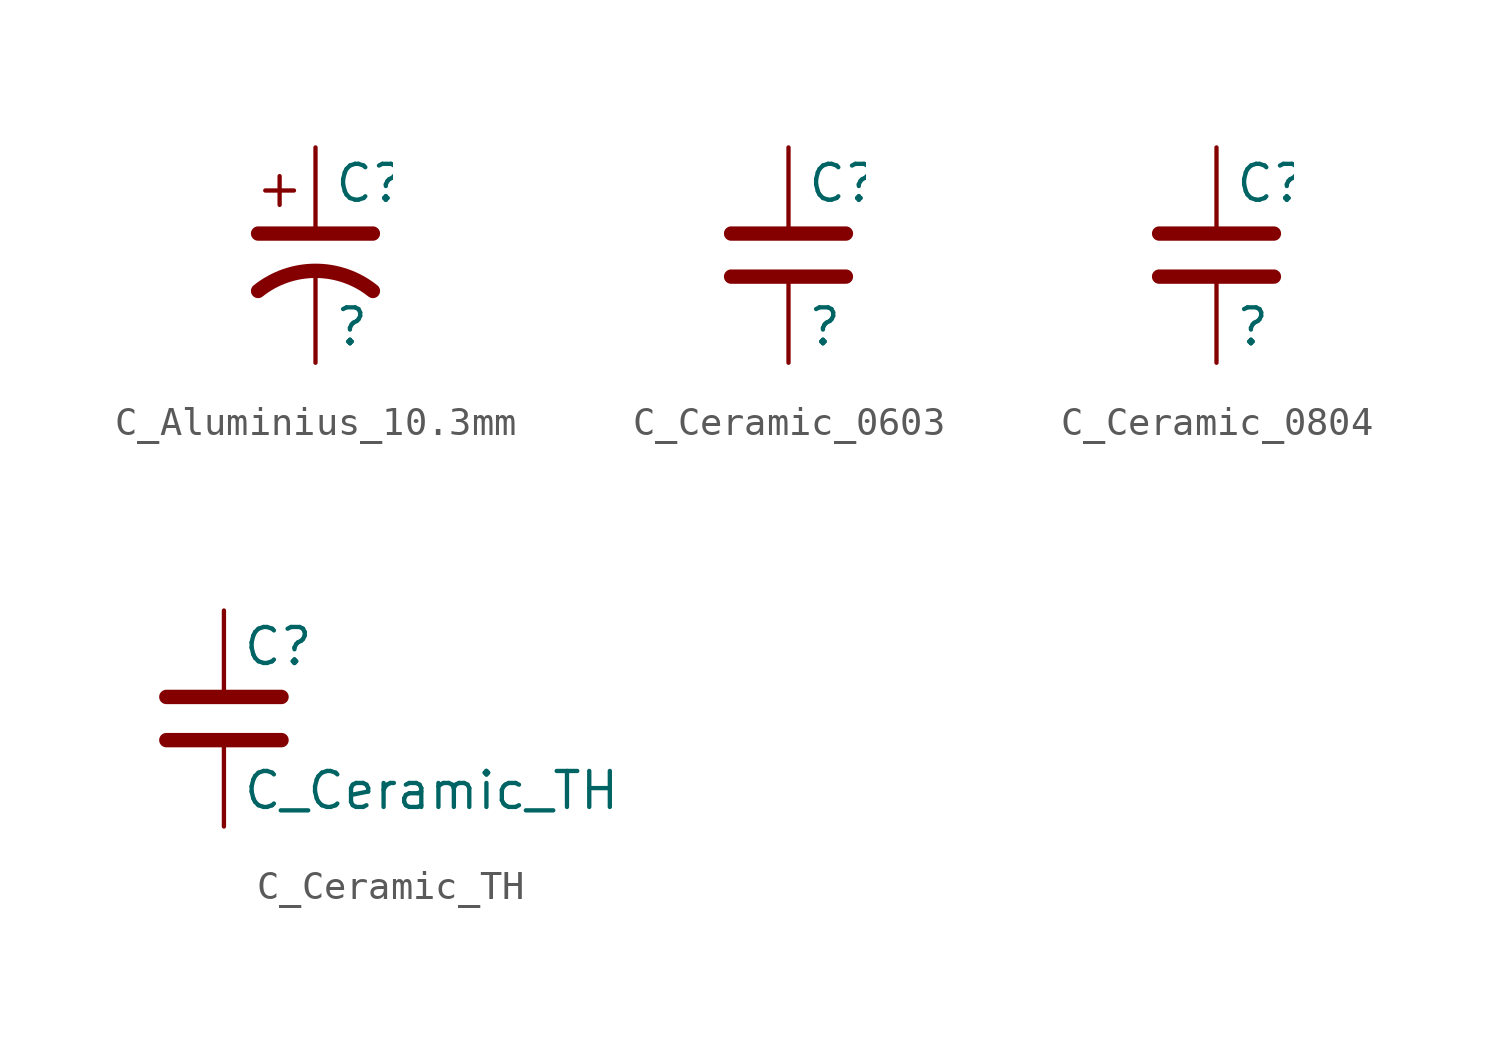
<source format=kicad_sym>
(kicad_symbol_lib
  (version 20220914)
  (generator kicad_symbol_editor)
  (symbol "C_Aluminius_10.3mm"
    (pin_numbers hide)
    (pin_names
      (offset 0.254) hide)
    (property "Reference" "C"
      (at 0.635 2.54 0)
      (effects (font (size 1.27 1.27)) (justify left)))
    (property "Value" "?"
      (at 0.635 -2.54 0)
      (effects (font (size 1.27 1.27)) (justify left)))
    (symbol "C_Aluminius_10.3mm_0_1"
      (polyline (pts (xy -2.032 0.762) (xy 2.032 0.762)) (stroke (width 0.508) (type default)) (fill (type none)))
      (polyline (pts (xy -1.778 2.286) (xy -0.762 2.286)) (stroke (width 0) (type default)) (fill (type none)))
      (polyline (pts (xy -1.27 1.778) (xy -1.27 2.794)) (stroke (width 0) (type default)) (fill (type none)))
      (arc (start 2.032 -1.27) (mid 0 -0.5572) (end -2.032 -1.27) (stroke (width 0.508) (type default)) (fill (type none))))
    (symbol "C_Aluminius_10.3mm_1_1"
      (pin passive line (at 0 3.81 270) (length 2.794) (name "~" (effects (font (size 1.27 1.27)))) (number "1" (effects (font (size 1.27 1.27)))))
      (pin passive line (at 0 -3.81 90) (length 3.302) (name "~" (effects (font (size 1.27 1.27)))) (number "2" (effects (font (size 1.27 1.27)))))))
  (symbol "C_Ceramic_0603"
    (pin_numbers hide)
    (pin_names
      (offset 0.254))
    (property "Reference" "C"
      (at 0.635 2.54 0)
      (effects (font (size 1.27 1.27)) (justify left)))
    (property "Value" "?"
      (at 0.635 -2.54 0)
      (effects (font (size 1.27 1.27)) (justify left)))
    (symbol "C_Ceramic_0603_0_1"
      (polyline (pts (xy -2.032 -0.762) (xy 2.032 -0.762)) (stroke (width 0.508) (type default)) (fill (type none)))
      (polyline (pts (xy -2.032 0.762) (xy 2.032 0.762)) (stroke (width 0.508) (type default)) (fill (type none))))
    (symbol "C_Ceramic_0603_1_1"
      (pin passive line (at 0 3.81 270) (length 2.794) (name "~" (effects (font (size 1.27 1.27)))) (number "1" (effects (font (size 1.27 1.27)))))
      (pin passive line (at 0 -3.81 90) (length 2.794) (name "~" (effects (font (size 1.27 1.27)))) (number "2" (effects (font (size 1.27 1.27)))))))
  (symbol "C_Ceramic_0804"
    (pin_numbers hide)
    (pin_names
      (offset 0.254))
    (property "Reference" "C"
      (at 0.635 2.54 0)
      (effects (font (size 1.27 1.27)) (justify left)))
    (property "Value" "?"
      (at 0.635 -2.54 0)
      (effects (font (size 1.27 1.27)) (justify left)))
    (symbol "C_Ceramic_0804_0_1"
      (polyline (pts (xy -2.032 -0.762) (xy 2.032 -0.762)) (stroke (width 0.508) (type default)) (fill (type none)))
      (polyline (pts (xy -2.032 0.762) (xy 2.032 0.762)) (stroke (width 0.508) (type default)) (fill (type none))))
    (symbol "C_Ceramic_0804_1_1"
      (pin passive line (at 0 3.81 270) (length 2.794) (name "~" (effects (font (size 1.27 1.27)))) (number "1" (effects (font (size 1.27 1.27)))))
      (pin passive line (at 0 -3.81 90) (length 2.794) (name "~" (effects (font (size 1.27 1.27)))) (number "2" (effects (font (size 1.27 1.27)))))))
  (symbol "C_Ceramic_TH"
    (pin_numbers hide)
    (pin_names
      (offset 0.254))
    (property "Reference" "C"
      (at 0.635 2.54 0)
      (effects (font (size 1.27 1.27)) (justify left)))
    (property "Value" "C_Ceramic_TH"
      (at 0.635 -2.54 0)
      (effects (font (size 1.27 1.27)) (justify left)))
    (symbol "C_Ceramic_TH_0_1"
      (polyline (pts (xy -2.032 -0.762) (xy 2.032 -0.762)) (stroke (width 0.508) (type default)) (fill (type none)))
      (polyline (pts (xy -2.032 0.762) (xy 2.032 0.762)) (stroke (width 0.508) (type default)) (fill (type none))))
    (symbol "C_Ceramic_TH_1_1"
      (pin passive line (at 0 3.81 270) (length 2.794) (name "~" (effects (font (size 1.27 1.27)))) (number "1" (effects (font (size 1.27 1.27)))))
      (pin passive line (at 0 -3.81 90) (length 2.794) (name "~" (effects (font (size 1.27 1.27)))) (number "2" (effects (font (size 1.27 1.27))))))))
</source>
